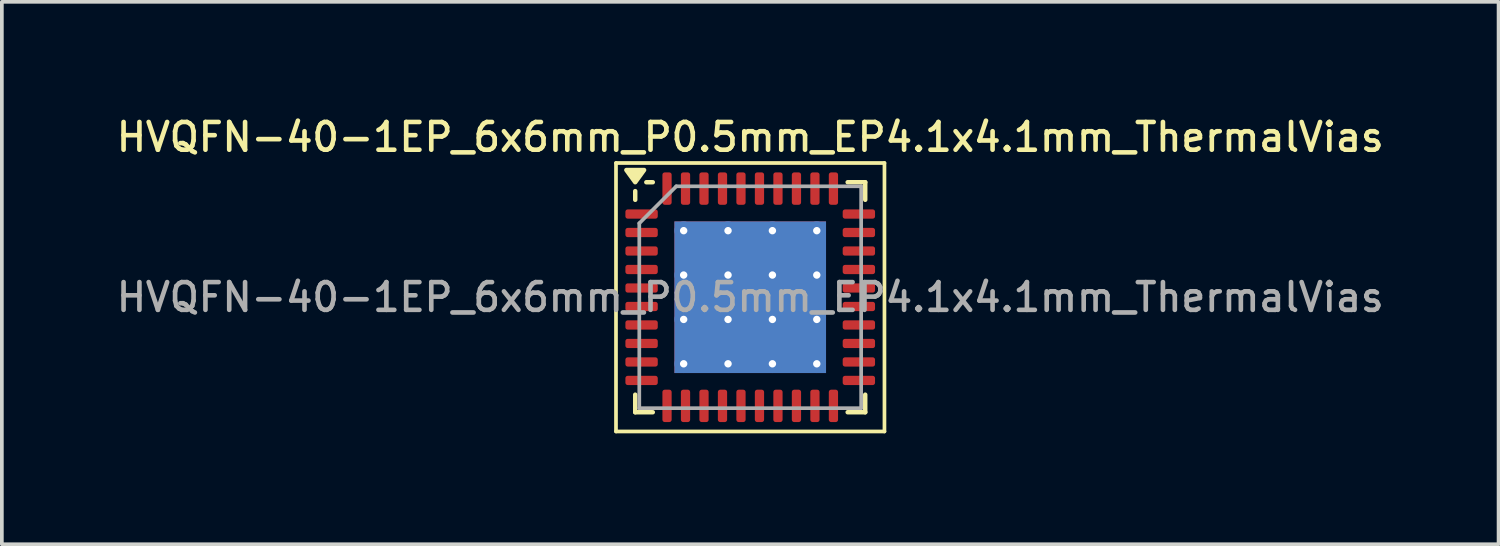
<source format=kicad_pcb>
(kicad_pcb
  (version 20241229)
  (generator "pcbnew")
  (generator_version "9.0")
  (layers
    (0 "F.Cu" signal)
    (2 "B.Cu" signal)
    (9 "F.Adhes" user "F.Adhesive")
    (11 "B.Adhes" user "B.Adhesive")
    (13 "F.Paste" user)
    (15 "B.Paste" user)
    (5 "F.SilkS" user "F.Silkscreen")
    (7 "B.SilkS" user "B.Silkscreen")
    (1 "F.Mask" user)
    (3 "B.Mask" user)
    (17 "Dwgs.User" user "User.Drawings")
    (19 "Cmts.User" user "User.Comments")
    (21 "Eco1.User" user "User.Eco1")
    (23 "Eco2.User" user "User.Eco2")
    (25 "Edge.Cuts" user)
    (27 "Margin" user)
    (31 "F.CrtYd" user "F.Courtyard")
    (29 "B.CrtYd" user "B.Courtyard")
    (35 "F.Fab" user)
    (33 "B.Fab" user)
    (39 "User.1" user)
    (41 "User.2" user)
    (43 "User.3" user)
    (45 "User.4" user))
  (footprint "HVQFN-40-1EP_6x6mm_P0.5mm_EP4.1x4.1mm_ThermalVias"
    (layer "F.Cu")
    (at 17.238 4.988)
    (property "Reference" "HVQFN-40-1EP_6x6mm_P0.5mm_EP4.1x4.1mm_ThermalVias" (at 0 -4.33 0) (layer "F.SilkS") (effects (font (size 0.75 0.75) (thickness 0.125))))
    (attr smd)
    (fp_line (start -3.63 -3.63) (end -3.63 3.63) (stroke (width 0.1) (type solid)) (layer "F.SilkS"))
    (fp_line (start -3.63 3.63) (end 3.63 3.63) (stroke (width 0.1) (type solid)) (layer "F.SilkS"))
    (fp_line (start -3.11 -2.635) (end -3.11 -2.87) (stroke (width 0.12) (type solid)) (layer "F.SilkS"))
    (fp_line (start -3.11 3.11) (end -3.11 2.635) (stroke (width 0.12) (type solid)) (layer "F.SilkS"))
    (fp_line (start -2.635 -3.11) (end -2.81 -3.11) (stroke (width 0.12) (type solid)) (layer "F.SilkS"))
    (fp_line (start -2.635 3.11) (end -3.11 3.11) (stroke (width 0.12) (type solid)) (layer "F.SilkS"))
    (fp_line (start 2.635 -3.11) (end 3.11 -3.11) (stroke (width 0.12) (type solid)) (layer "F.SilkS"))
    (fp_line (start 2.635 3.11) (end 3.11 3.11) (stroke (width 0.12) (type solid)) (layer "F.SilkS"))
    (fp_line (start 3.11 -3.11) (end 3.11 -2.635) (stroke (width 0.12) (type solid)) (layer "F.SilkS"))
    (fp_line (start 3.11 3.11) (end 3.11 2.635) (stroke (width 0.12) (type solid)) (layer "F.SilkS"))
    (fp_line (start 3.63 -3.63) (end -3.63 -3.63) (stroke (width 0.1) (type solid)) (layer "F.SilkS"))
    (fp_line (start 3.63 3.63) (end 3.63 -3.63) (stroke (width 0.1) (type solid)) (layer "F.SilkS"))
    (fp_poly (pts (xy -3.11 -3.11) (xy -3.35 -3.44) (xy -2.87 -3.44) (xy -3.11 -3.11)) (stroke (width 0.12) (type solid)) (fill yes) (layer "F.SilkS"))
    (fp_line (start -3 -2) (end -2 -3) (stroke (width 0.1) (type solid)) (layer "F.Fab"))
    (fp_line (start -3 3) (end -3 -2) (stroke (width 0.1) (type solid)) (layer "F.Fab"))
    (fp_line (start -2 -3) (end 3 -3) (stroke (width 0.1) (type solid)) (layer "F.Fab"))
    (fp_line (start 3 -3) (end 3 3) (stroke (width 0.1) (type solid)) (layer "F.Fab"))
    (fp_line (start 3 3) (end -3 3) (stroke (width 0.1) (type solid)) (layer "F.Fab"))
    (fp_text user "${REFERENCE}" (at 0 0 0) (layer "F.Fab") (effects (font (size 0.75 0.75) (thickness 0.125))))
    (pad "" smd roundrect (at -1.2 -1.2) (size 1.059 1.059) (layers "F.Paste") (roundrect_rratio 0.236))
    (pad "" smd roundrect (at -1.2 0) (size 1.059 1.059) (layers "F.Paste") (roundrect_rratio 0.236))
    (pad "" smd roundrect (at -1.2 1.2) (size 1.059 1.059) (layers "F.Paste") (roundrect_rratio 0.236))
    (pad "" smd roundrect (at 0 -1.2) (size 1.059 1.059) (layers "F.Paste") (roundrect_rratio 0.236))
    (pad "" smd roundrect (at 0 0) (size 1.059 1.059) (layers "F.Paste") (roundrect_rratio 0.236))
    (pad "" smd roundrect (at 0 1.2) (size 1.059 1.059) (layers "F.Paste") (roundrect_rratio 0.236))
    (pad "" smd roundrect (at 1.2 -1.2) (size 1.059 1.059) (layers "F.Paste") (roundrect_rratio 0.236))
    (pad "" smd roundrect (at 1.2 0) (size 1.059 1.059) (layers "F.Paste") (roundrect_rratio 0.236))
    (pad "" smd roundrect (at 1.2 1.2) (size 1.059 1.059) (layers "F.Paste") (roundrect_rratio 0.236))
    (pad "1" smd roundrect (at -2.938 -2.25) (size 0.875 0.25) (layers "F.Cu" "F.Mask" "F.Paste") (roundrect_rratio 0.25))
    (pad "2" smd roundrect (at -2.938 -1.75) (size 0.875 0.25) (layers "F.Cu" "F.Mask" "F.Paste") (roundrect_rratio 0.25))
    (pad "3" smd roundrect (at -2.938 -1.25) (size 0.875 0.25) (layers "F.Cu" "F.Mask" "F.Paste") (roundrect_rratio 0.25))
    (pad "4" smd roundrect (at -2.938 -0.75) (size 0.875 0.25) (layers "F.Cu" "F.Mask" "F.Paste") (roundrect_rratio 0.25))
    (pad "5" smd roundrect (at -2.938 -0.25) (size 0.875 0.25) (layers "F.Cu" "F.Mask" "F.Paste") (roundrect_rratio 0.25))
    (pad "6" smd roundrect (at -2.938 0.25) (size 0.875 0.25) (layers "F.Cu" "F.Mask" "F.Paste") (roundrect_rratio 0.25))
    (pad "7" smd roundrect (at -2.938 0.75) (size 0.875 0.25) (layers "F.Cu" "F.Mask" "F.Paste") (roundrect_rratio 0.25))
    (pad "8" smd roundrect (at -2.938 1.25) (size 0.875 0.25) (layers "F.Cu" "F.Mask" "F.Paste") (roundrect_rratio 0.25))
    (pad "9" smd roundrect (at -2.938 1.75) (size 0.875 0.25) (layers "F.Cu" "F.Mask" "F.Paste") (roundrect_rratio 0.25))
    (pad "10" smd roundrect (at -2.938 2.25) (size 0.875 0.25) (layers "F.Cu" "F.Mask" "F.Paste") (roundrect_rratio 0.25))
    (pad "11" smd roundrect (at -2.25 2.938) (size 0.25 0.875) (layers "F.Cu" "F.Mask" "F.Paste") (roundrect_rratio 0.25))
    (pad "12" smd roundrect (at -1.75 2.938) (size 0.25 0.875) (layers "F.Cu" "F.Mask" "F.Paste") (roundrect_rratio 0.25))
    (pad "13" smd roundrect (at -1.25 2.938) (size 0.25 0.875) (layers "F.Cu" "F.Mask" "F.Paste") (roundrect_rratio 0.25))
    (pad "14" smd roundrect (at -0.75 2.938) (size 0.25 0.875) (layers "F.Cu" "F.Mask" "F.Paste") (roundrect_rratio 0.25))
    (pad "15" smd roundrect (at -0.25 2.938) (size 0.25 0.875) (layers "F.Cu" "F.Mask" "F.Paste") (roundrect_rratio 0.25))
    (pad "16" smd roundrect (at 0.25 2.938) (size 0.25 0.875) (layers "F.Cu" "F.Mask" "F.Paste") (roundrect_rratio 0.25))
    (pad "17" smd roundrect (at 0.75 2.938) (size 0.25 0.875) (layers "F.Cu" "F.Mask" "F.Paste") (roundrect_rratio 0.25))
    (pad "18" smd roundrect (at 1.25 2.938) (size 0.25 0.875) (layers "F.Cu" "F.Mask" "F.Paste") (roundrect_rratio 0.25))
    (pad "19" smd roundrect (at 1.75 2.938) (size 0.25 0.875) (layers "F.Cu" "F.Mask" "F.Paste") (roundrect_rratio 0.25))
    (pad "20" smd roundrect (at 2.25 2.938) (size 0.25 0.875) (layers "F.Cu" "F.Mask" "F.Paste") (roundrect_rratio 0.25))
    (pad "21" smd roundrect (at 2.938 2.25) (size 0.875 0.25) (layers "F.Cu" "F.Mask" "F.Paste") (roundrect_rratio 0.25))
    (pad "22" smd roundrect (at 2.938 1.75) (size 0.875 0.25) (layers "F.Cu" "F.Mask" "F.Paste") (roundrect_rratio 0.25))
    (pad "23" smd roundrect (at 2.938 1.25) (size 0.875 0.25) (layers "F.Cu" "F.Mask" "F.Paste") (roundrect_rratio 0.25))
    (pad "24" smd roundrect (at 2.938 0.75) (size 0.875 0.25) (layers "F.Cu" "F.Mask" "F.Paste") (roundrect_rratio 0.25))
    (pad "25" smd roundrect (at 2.938 0.25) (size 0.875 0.25) (layers "F.Cu" "F.Mask" "F.Paste") (roundrect_rratio 0.25))
    (pad "26" smd roundrect (at 2.938 -0.25) (size 0.875 0.25) (layers "F.Cu" "F.Mask" "F.Paste") (roundrect_rratio 0.25))
    (pad "27" smd roundrect (at 2.938 -0.75) (size 0.875 0.25) (layers "F.Cu" "F.Mask" "F.Paste") (roundrect_rratio 0.25))
    (pad "28" smd roundrect (at 2.938 -1.25) (size 0.875 0.25) (layers "F.Cu" "F.Mask" "F.Paste") (roundrect_rratio 0.25))
    (pad "29" smd roundrect (at 2.938 -1.75) (size 0.875 0.25) (layers "F.Cu" "F.Mask" "F.Paste") (roundrect_rratio 0.25))
    (pad "30" smd roundrect (at 2.938 -2.25) (size 0.875 0.25) (layers "F.Cu" "F.Mask" "F.Paste") (roundrect_rratio 0.25))
    (pad "31" smd roundrect (at 2.25 -2.938) (size 0.25 0.875) (layers "F.Cu" "F.Mask" "F.Paste") (roundrect_rratio 0.25))
    (pad "32" smd roundrect (at 1.75 -2.938) (size 0.25 0.875) (layers "F.Cu" "F.Mask" "F.Paste") (roundrect_rratio 0.25))
    (pad "33" smd roundrect (at 1.25 -2.938) (size 0.25 0.875) (layers "F.Cu" "F.Mask" "F.Paste") (roundrect_rratio 0.25))
    (pad "34" smd roundrect (at 0.75 -2.938) (size 0.25 0.875) (layers "F.Cu" "F.Mask" "F.Paste") (roundrect_rratio 0.25))
    (pad "35" smd roundrect (at 0.25 -2.938) (size 0.25 0.875) (layers "F.Cu" "F.Mask" "F.Paste") (roundrect_rratio 0.25))
    (pad "36" smd roundrect (at -0.25 -2.938) (size 0.25 0.875) (layers "F.Cu" "F.Mask" "F.Paste") (roundrect_rratio 0.25))
    (pad "37" smd roundrect (at -0.75 -2.938) (size 0.25 0.875) (layers "F.Cu" "F.Mask" "F.Paste") (roundrect_rratio 0.25))
    (pad "38" smd roundrect (at -1.25 -2.938) (size 0.25 0.875) (layers "F.Cu" "F.Mask" "F.Paste") (roundrect_rratio 0.25))
    (pad "39" smd roundrect (at -1.75 -2.938) (size 0.25 0.875) (layers "F.Cu" "F.Mask" "F.Paste") (roundrect_rratio 0.25))
    (pad "40" smd roundrect (at -2.25 -2.938) (size 0.25 0.875) (layers "F.Cu" "F.Mask" "F.Paste") (roundrect_rratio 0.25))
    (pad "41" thru_hole circle (at -1.8 -1.8) (size 0.5 0.5) (drill 0.2) (property pad_prop_heatsink) (layers "*.Cu"))
    (pad "41" thru_hole circle (at -1.8 -0.6) (size 0.5 0.5) (drill 0.2) (property pad_prop_heatsink) (layers "*.Cu"))
    (pad "41" thru_hole circle (at -1.8 0.6) (size 0.5 0.5) (drill 0.2) (property pad_prop_heatsink) (layers "*.Cu"))
    (pad "41" thru_hole circle (at -1.8 1.8) (size 0.5 0.5) (drill 0.2) (property pad_prop_heatsink) (layers "*.Cu"))
    (pad "41" thru_hole circle (at -0.6 -1.8) (size 0.5 0.5) (drill 0.2) (property pad_prop_heatsink) (layers "*.Cu"))
    (pad "41" thru_hole circle (at -0.6 -0.6) (size 0.5 0.5) (drill 0.2) (property pad_prop_heatsink) (layers "*.Cu"))
    (pad "41" thru_hole circle (at -0.6 0.6) (size 0.5 0.5) (drill 0.2) (property pad_prop_heatsink) (layers "*.Cu"))
    (pad "41" thru_hole circle (at -0.6 1.8) (size 0.5 0.5) (drill 0.2) (property pad_prop_heatsink) (layers "*.Cu"))
    (pad "41" smd rect (at 0 0) (size 4.1 4.1) (property pad_prop_heatsink) (layers "F.Cu" "F.Mask"))
    (pad "41" smd rect (at 0 0) (size 4.1 4.1) (property pad_prop_heatsink) (layers "B.Cu"))
    (pad "41" thru_hole circle (at 0.6 -1.8) (size 0.5 0.5) (drill 0.2) (property pad_prop_heatsink) (layers "*.Cu"))
    (pad "41" thru_hole circle (at 0.6 -0.6) (size 0.5 0.5) (drill 0.2) (property pad_prop_heatsink) (layers "*.Cu"))
    (pad "41" thru_hole circle (at 0.6 0.6) (size 0.5 0.5) (drill 0.2) (property pad_prop_heatsink) (layers "*.Cu"))
    (pad "41" thru_hole circle (at 0.6 1.8) (size 0.5 0.5) (drill 0.2) (property pad_prop_heatsink) (layers "*.Cu"))
    (pad "41" thru_hole circle (at 1.8 -1.8) (size 0.5 0.5) (drill 0.2) (property pad_prop_heatsink) (layers "*.Cu"))
    (pad "41" thru_hole circle (at 1.8 -0.6) (size 0.5 0.5) (drill 0.2) (property pad_prop_heatsink) (layers "*.Cu"))
    (pad "41" thru_hole circle (at 1.8 0.6) (size 0.5 0.5) (drill 0.2) (property pad_prop_heatsink) (layers "*.Cu"))
    (pad "41" thru_hole circle (at 1.8 1.8) (size 0.5 0.5) (drill 0.2) (property pad_prop_heatsink) (layers "*.Cu")))
  (gr_rect
    (start -3 -3)
    (end 37.475 11.668)
    (stroke (width 0.1) (type default))
    (fill no)
    (layer "Edge.Cuts")))
</source>
